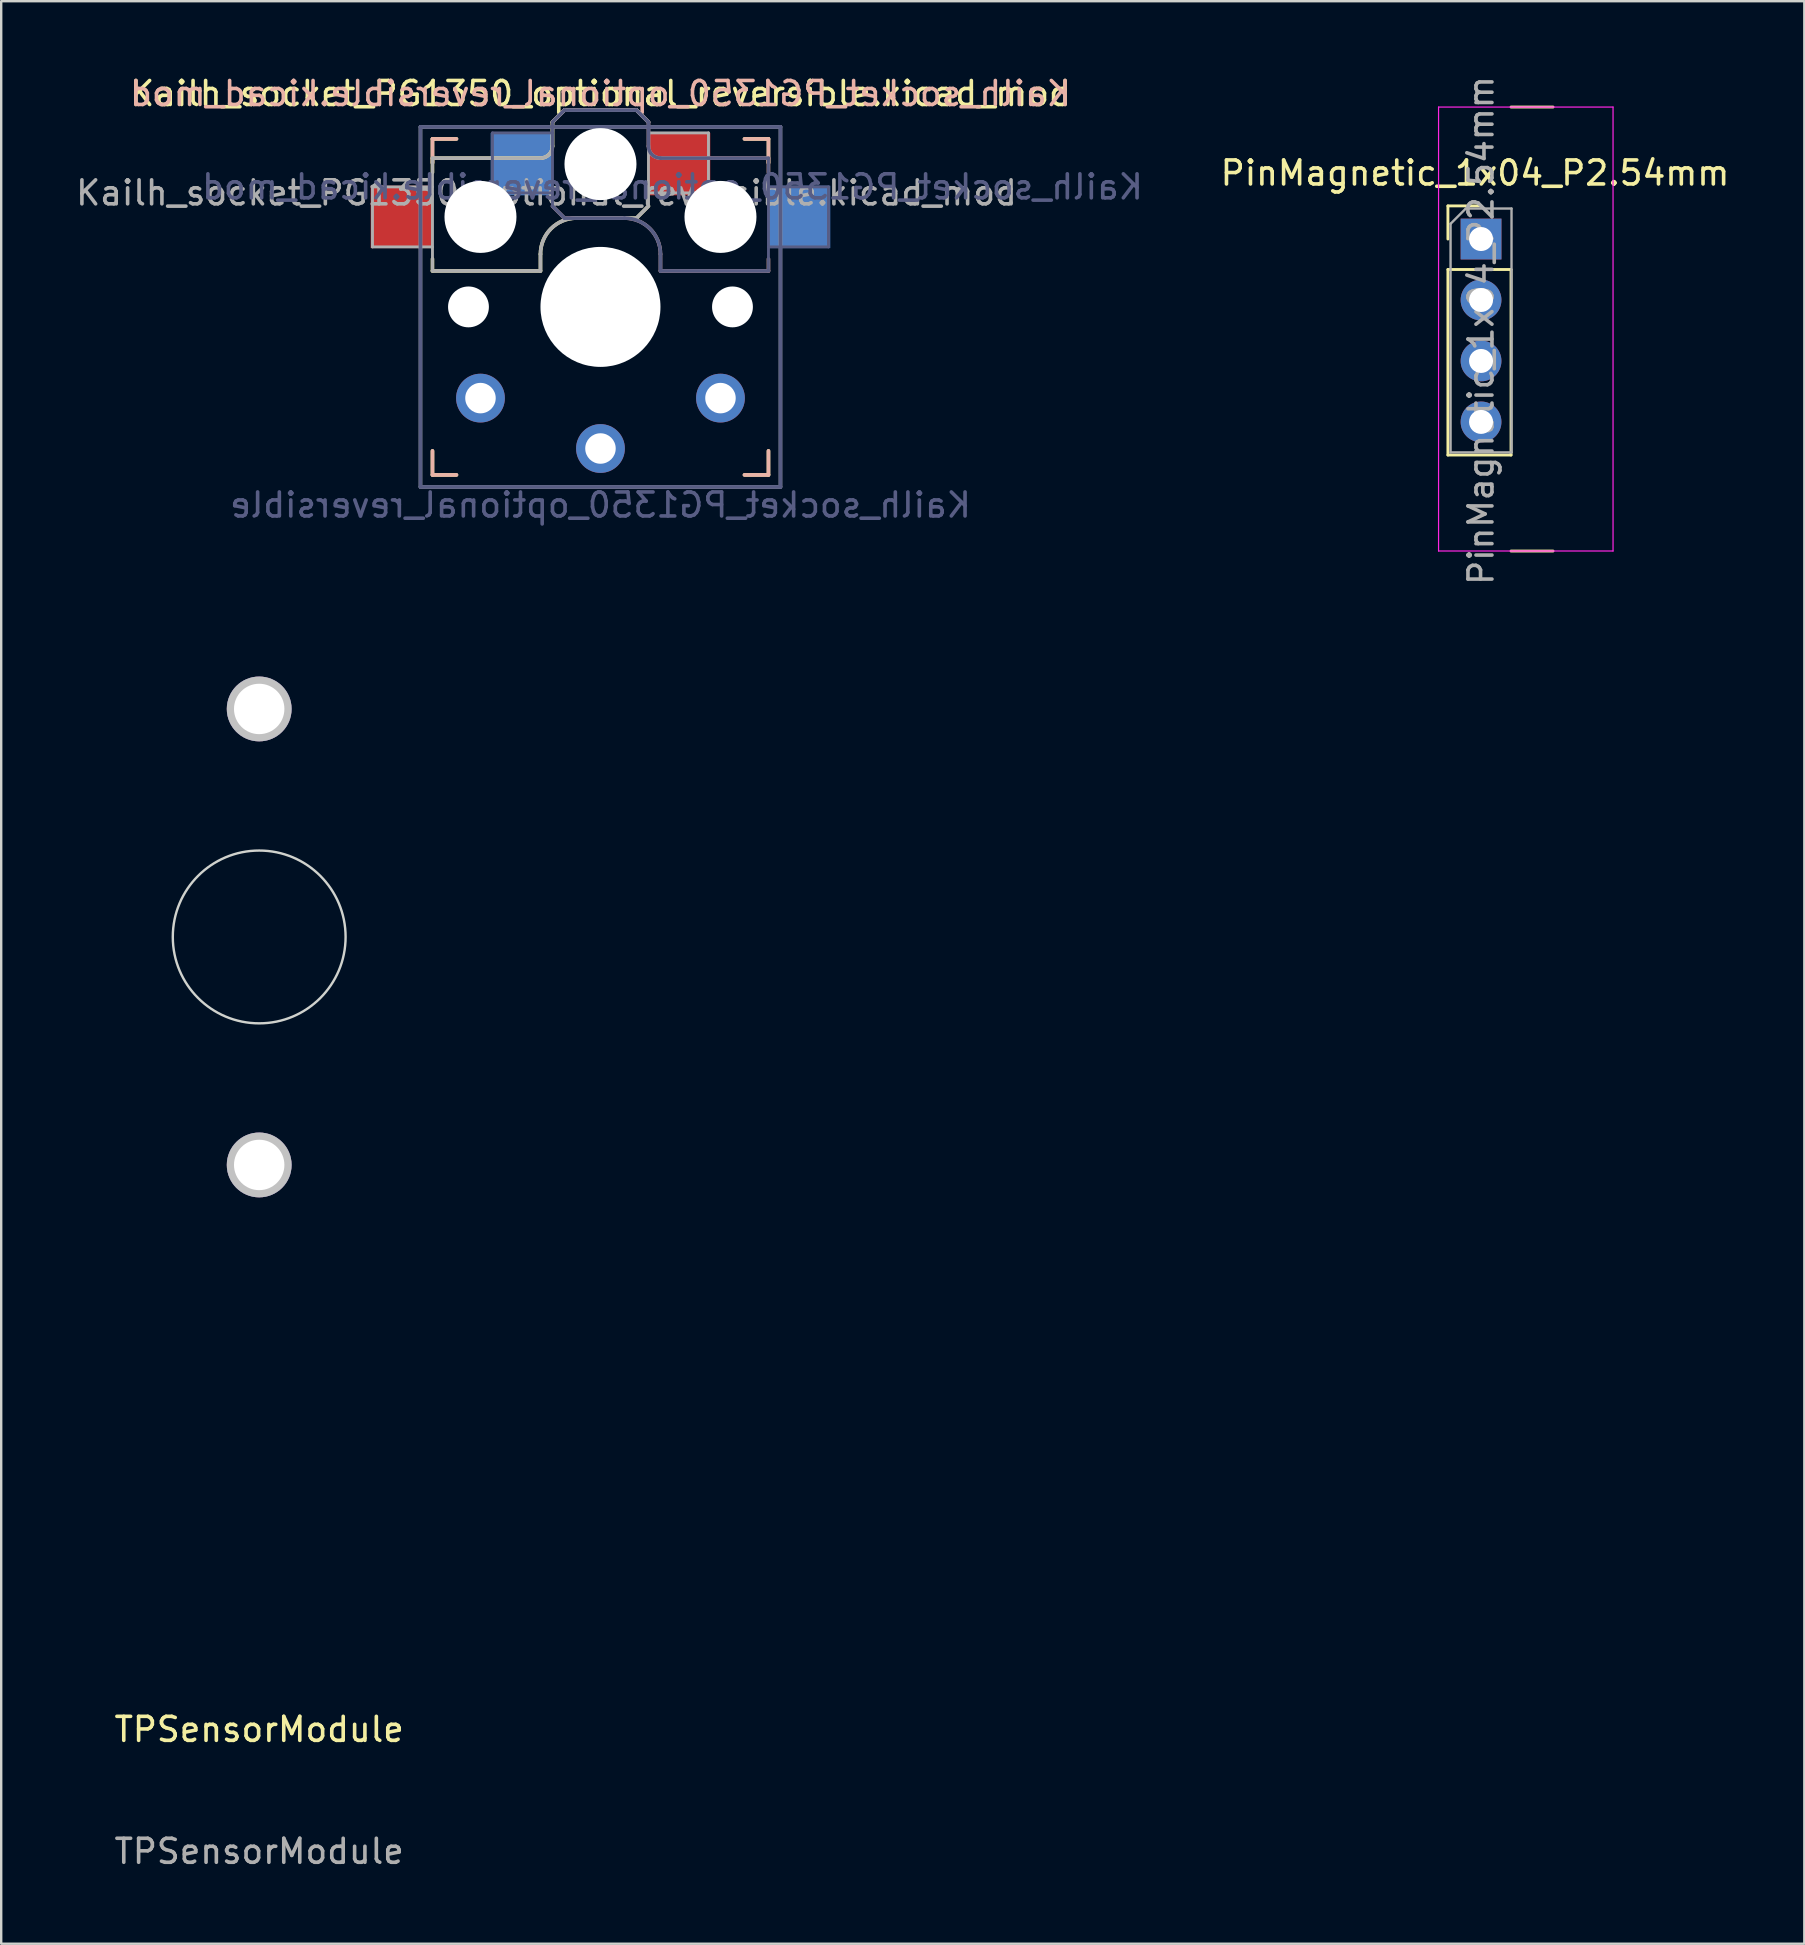
<source format=kicad_pcb>
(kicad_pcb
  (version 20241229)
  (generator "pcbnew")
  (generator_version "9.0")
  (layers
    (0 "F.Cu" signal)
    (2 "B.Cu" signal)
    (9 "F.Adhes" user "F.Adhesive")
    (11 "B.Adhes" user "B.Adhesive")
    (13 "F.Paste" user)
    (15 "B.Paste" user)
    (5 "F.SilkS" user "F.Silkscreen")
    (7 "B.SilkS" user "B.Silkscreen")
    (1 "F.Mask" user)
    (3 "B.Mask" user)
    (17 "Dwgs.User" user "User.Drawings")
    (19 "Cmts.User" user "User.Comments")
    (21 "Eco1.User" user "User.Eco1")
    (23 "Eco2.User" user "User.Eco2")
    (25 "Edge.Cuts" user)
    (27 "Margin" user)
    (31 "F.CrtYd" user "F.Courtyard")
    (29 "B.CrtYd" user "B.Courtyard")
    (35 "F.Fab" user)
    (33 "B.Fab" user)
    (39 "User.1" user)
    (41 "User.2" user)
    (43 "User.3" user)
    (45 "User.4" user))
  (footprint "PinMagnetic_1x04_P2.54mm"
    (layer "F.Cu")
    (at 58.661 6.91)
    (property "Reference" "PinMagnetic_1x04_P2.54mm" (at -0.25 -2.75 0) (layer "F.SilkS") (effects (font (size 1 1) (thickness 0.15))))
    (attr through_hole)
    (fp_line (start -1.38 -1.38) (end 0 -1.38) (stroke (width 0.12) (type solid)) (layer "F.SilkS"))
    (fp_line (start -1.38 0) (end -1.38 -1.38) (stroke (width 0.12) (type solid)) (layer "F.SilkS"))
    (fp_line (start -1.38 1.27) (end -1.38 9) (stroke (width 0.12) (type solid)) (layer "F.SilkS"))
    (fp_line (start -1.38 1.27) (end 1.25 1.27) (stroke (width 0.12) (type solid)) (layer "F.SilkS"))
    (fp_line (start -1.38 9) (end 1.25 9) (stroke (width 0.12) (type solid)) (layer "F.SilkS"))
    (fp_line (start 1.25 -5.5) (end 3 -5.5) (stroke (width 0.12) (type solid)) (layer "F.SilkS"))
    (fp_line (start 1.25 1.27) (end 1.25 9) (stroke (width 0.12) (type solid)) (layer "F.SilkS"))
    (fp_line (start 1.25 13) (end 3 13) (stroke (width 0.12) (type solid)) (layer "F.SilkS"))
    (fp_line (start -1.77 -5.5) (end -1.77 13) (stroke (width 0.05) (type solid)) (layer "F.CrtYd"))
    (fp_line (start -1.77 13) (end 5.5 13) (stroke (width 0.05) (type solid)) (layer "F.CrtYd"))
    (fp_line (start 5.5 -5.5) (end -1.77 -5.5) (stroke (width 0.05) (type solid)) (layer "F.CrtYd"))
    (fp_line (start 5.5 13) (end 5.5 -5.5) (stroke (width 0.05) (type solid)) (layer "F.CrtYd"))
    (fp_line (start -1.27 -0.635) (end -0.635 -1.27) (stroke (width 0.1) (type solid)) (layer "F.Fab"))
    (fp_line (start -1.27 8.89) (end -1.27 -0.635) (stroke (width 0.1) (type solid)) (layer "F.Fab"))
    (fp_line (start -0.635 -1.27) (end 1.27 -1.27) (stroke (width 0.1) (type solid)) (layer "F.Fab"))
    (fp_line (start 1.27 -1.27) (end 1.27 8.89) (stroke (width 0.1) (type solid)) (layer "F.Fab"))
    (fp_line (start 1.27 8.89) (end -1.27 8.89) (stroke (width 0.1) (type solid)) (layer "F.Fab"))
    (fp_text user "${REFERENCE}" (at 0 3.81 90) (layer "F.Fab") (effects (font (size 1 1) (thickness 0.15))))
    (pad "1" thru_hole rect (at 0 0) (size 1.7 1.7) (drill 1) (layers "*.Cu" "*.Mask"))
    (pad "2" thru_hole circle (at 0 2.54) (size 1.7 1.7) (drill 1) (layers "*.Cu" "*.Mask"))
    (pad "3" thru_hole circle (at 0 5.08) (size 1.7 1.7) (drill 1) (layers "*.Cu" "*.Mask"))
    (pad "4" thru_hole circle (at 0 7.62) (size 1.7 1.7) (drill 1) (layers "*.Cu" "*.Mask")))
  (footprint "Kailh_socket_PG1350_optional_reversible.kicad_mod"
    (layer "F.Cu")
    (at 21.97 9.738)
    (property "Reference" "Kailh_socket_PG1350_optional_reversible.kicad_mod" (at 0 -8.89 0) (layer "F.SilkS") (effects (font (size 1 1) (thickness 0.15))))
    (property "Value" "Kailh_socket_PG1350_optional_reversible" (at 0 8.255 0) (layer "F.Fab") (hide yes) (effects (font (size 1 1) (thickness 0.15))))
    (attr through_hole)
    (fp_line (start -7 -7) (end -6 -7) (stroke (width 0.15) (type solid)) (layer "F.SilkS"))
    (fp_line (start -7 -6.2) (end -2.5 -6.2) (stroke (width 0.15) (type solid)) (layer "F.SilkS"))
    (fp_line (start -7 -6) (end -7 -7) (stroke (width 0.15) (type solid)) (layer "F.SilkS"))
    (fp_line (start -7 -5.6) (end -7 -6.2) (stroke (width 0.15) (type solid)) (layer "F.SilkS"))
    (fp_line (start -7 -1.5) (end -7 -2) (stroke (width 0.15) (type solid)) (layer "F.SilkS"))
    (fp_line (start -7 7) (end -7 6) (stroke (width 0.15) (type solid)) (layer "F.SilkS"))
    (fp_line (start -6 7) (end -7 7) (stroke (width 0.15) (type solid)) (layer "F.SilkS"))
    (fp_line (start -2.5 -2.2) (end -2.5 -1.5) (stroke (width 0.15) (type solid)) (layer "F.SilkS"))
    (fp_line (start -2.5 -1.5) (end -7 -1.5) (stroke (width 0.15) (type solid)) (layer "F.SilkS"))
    (fp_line (start -2 -6.7) (end -2 -7.7) (stroke (width 0.15) (type solid)) (layer "F.SilkS"))
    (fp_line (start -1.5 -8.2) (end -2 -7.7) (stroke (width 0.15) (type solid)) (layer "F.SilkS"))
    (fp_line (start 1.5 -8.2) (end -1.5 -8.2) (stroke (width 0.15) (type solid)) (layer "F.SilkS"))
    (fp_line (start 1.5 -3.7) (end -1 -3.7) (stroke (width 0.15) (type solid)) (layer "F.SilkS"))
    (fp_line (start 2 -7.7) (end 1.5 -8.2) (stroke (width 0.15) (type solid)) (layer "F.SilkS"))
    (fp_line (start 2 -4.2) (end 1.5 -3.7) (stroke (width 0.15) (type solid)) (layer "F.SilkS"))
    (fp_line (start 6 -7) (end 7 -7) (stroke (width 0.15) (type solid)) (layer "F.SilkS"))
    (fp_line (start 7 -7) (end 7 -6) (stroke (width 0.15) (type solid)) (layer "F.SilkS"))
    (fp_line (start 7 6) (end 7 7) (stroke (width 0.15) (type solid)) (layer "F.SilkS"))
    (fp_line (start 7 7) (end 6 7) (stroke (width 0.15) (type solid)) (layer "F.SilkS"))
    (fp_arc (start -2.5 -2.2) (mid -2.06066 -3.26066) (end -1 -3.7) (stroke (width 0.15) (type solid)) (layer "F.SilkS"))
    (fp_arc (start -2 -6.7) (mid -2.146447 -6.346447) (end -2.5 -6.2) (stroke (width 0.15) (type solid)) (layer "F.SilkS"))
    (fp_line (start -7 -7) (end -6 -7) (stroke (width 0.15) (type solid)) (layer "B.SilkS"))
    (fp_line (start -7 -6) (end -7 -7) (stroke (width 0.15) (type solid)) (layer "B.SilkS"))
    (fp_line (start -7 7) (end -7 6) (stroke (width 0.15) (type solid)) (layer "B.SilkS"))
    (fp_line (start -6 7) (end -7 7) (stroke (width 0.15) (type solid)) (layer "B.SilkS"))
    (fp_line (start -2 -7.7) (end -1.5 -8.2) (stroke (width 0.15) (type solid)) (layer "B.SilkS"))
    (fp_line (start -2 -4.2) (end -1.5 -3.7) (stroke (width 0.15) (type solid)) (layer "B.SilkS"))
    (fp_line (start -1.5 -8.2) (end 1.5 -8.2) (stroke (width 0.15) (type solid)) (layer "B.SilkS"))
    (fp_line (start -1.5 -3.7) (end 1 -3.7) (stroke (width 0.15) (type solid)) (layer "B.SilkS"))
    (fp_line (start 1.5 -8.2) (end 2 -7.7) (stroke (width 0.15) (type solid)) (layer "B.SilkS"))
    (fp_line (start 2 -6.7) (end 2 -7.7) (stroke (width 0.15) (type solid)) (layer "B.SilkS"))
    (fp_line (start 2.5 -2.2) (end 2.5 -1.5) (stroke (width 0.15) (type solid)) (layer "B.SilkS"))
    (fp_line (start 2.5 -1.5) (end 7 -1.5) (stroke (width 0.15) (type solid)) (layer "B.SilkS"))
    (fp_line (start 6 -7) (end 7 -7) (stroke (width 0.15) (type solid)) (layer "B.SilkS"))
    (fp_line (start 7 -7) (end 7 -6) (stroke (width 0.15) (type solid)) (layer "B.SilkS"))
    (fp_line (start 7 -6.2) (end 2.5 -6.2) (stroke (width 0.15) (type solid)) (layer "B.SilkS"))
    (fp_line (start 7 -5.6) (end 7 -6.2) (stroke (width 0.15) (type solid)) (layer "B.SilkS"))
    (fp_line (start 7 -1.5) (end 7 -2) (stroke (width 0.15) (type solid)) (layer "B.SilkS"))
    (fp_line (start 7 6) (end 7 7) (stroke (width 0.15) (type solid)) (layer "B.SilkS"))
    (fp_line (start 7 7) (end 6 7) (stroke (width 0.15) (type solid)) (layer "B.SilkS"))
    (fp_arc (start 1 -3.7) (mid 2.06066 -3.26066) (end 2.5 -2.2) (stroke (width 0.15) (type solid)) (layer "B.SilkS"))
    (fp_arc (start 2.5 -6.2) (mid 2.146447 -6.346447) (end 2 -6.7) (stroke (width 0.15) (type solid)) (layer "B.SilkS"))
    (fp_rect (start 9 -8.5) (end -9 8.5) (stroke (width 0.12) (type solid)) (fill no) (layer "Eco1.User"))
    (fp_line (start -6.9 6.9) (end -6.9 -6.9) (stroke (width 0.15) (type solid)) (layer "Eco2.User"))
    (fp_line (start -6.9 6.9) (end 6.9 6.9) (stroke (width 0.15) (type solid)) (layer "Eco2.User"))
    (fp_line (start -2.6 -3.1) (end -2.6 -6.3) (stroke (width 0.15) (type solid)) (layer "Eco2.User"))
    (fp_line (start -2.6 -3.1) (end 2.6 -3.1) (stroke (width 0.15) (type solid)) (layer "Eco2.User"))
    (fp_line (start 2.6 -6.3) (end -2.6 -6.3) (stroke (width 0.15) (type solid)) (layer "Eco2.User"))
    (fp_line (start 2.6 -3.1) (end 2.6 -6.3) (stroke (width 0.15) (type solid)) (layer "Eco2.User"))
    (fp_line (start 6.9 -6.9) (end -6.9 -6.9) (stroke (width 0.15) (type solid)) (layer "Eco2.User"))
    (fp_line (start 6.9 -6.9) (end 6.9 6.9) (stroke (width 0.15) (type solid)) (layer "Eco2.User"))
    (fp_line (start -7.5 -7.5) (end 7.5 -7.5) (stroke (width 0.15) (type solid)) (layer "B.Fab"))
    (fp_line (start -7.5 7.5) (end -7.5 -7.5) (stroke (width 0.15) (type solid)) (layer "B.Fab"))
    (fp_line (start -4.5 -7.25) (end -2 -7.25) (stroke (width 0.12) (type solid)) (layer "B.Fab"))
    (fp_line (start -4.5 -4.75) (end -4.5 -7.25) (stroke (width 0.12) (type solid)) (layer "B.Fab"))
    (fp_line (start -2 -7.7) (end -1.5 -8.2) (stroke (width 0.15) (type solid)) (layer "B.Fab"))
    (fp_line (start -2 -4.75) (end -4.5 -4.75) (stroke (width 0.12) (type solid)) (layer "B.Fab"))
    (fp_line (start -2 -4.25) (end -2 -7.7) (stroke (width 0.12) (type solid)) (layer "B.Fab"))
    (fp_line (start -2 -4.2) (end -1.5 -3.7) (stroke (width 0.15) (type solid)) (layer "B.Fab"))
    (fp_line (start -1.5 -8.2) (end 1.5 -8.2) (stroke (width 0.15) (type solid)) (layer "B.Fab"))
    (fp_line (start -1.5 -3.7) (end 1 -3.7) (stroke (width 0.15) (type solid)) (layer "B.Fab"))
    (fp_line (start 1.5 -8.2) (end 2 -7.7) (stroke (width 0.15) (type solid)) (layer "B.Fab"))
    (fp_line (start 2 -6.7) (end 2 -7.7) (stroke (width 0.15) (type solid)) (layer "B.Fab"))
    (fp_line (start 2.5 -2.2) (end 2.5 -1.5) (stroke (width 0.15) (type solid)) (layer "B.Fab"))
    (fp_line (start 2.5 -1.5) (end 7 -1.5) (stroke (width 0.15) (type solid)) (layer "B.Fab"))
    (fp_line (start 7 -6.2) (end 2.5 -6.2) (stroke (width 0.15) (type solid)) (layer "B.Fab"))
    (fp_line (start 7 -5) (end 9.5 -5) (stroke (width 0.12) (type solid)) (layer "B.Fab"))
    (fp_line (start 7 -1.5) (end 7 -6.2) (stroke (width 0.12) (type solid)) (layer "B.Fab"))
    (fp_line (start 7.5 -7.5) (end 7.5 7.5) (stroke (width 0.15) (type solid)) (layer "B.Fab"))
    (fp_line (start 7.5 7.5) (end -7.5 7.5) (stroke (width 0.15) (type solid)) (layer "B.Fab"))
    (fp_line (start 9.5 -5) (end 9.5 -2.5) (stroke (width 0.12) (type solid)) (layer "B.Fab"))
    (fp_line (start 9.5 -2.5) (end 7 -2.5) (stroke (width 0.12) (type solid)) (layer "B.Fab"))
    (fp_arc (start 1 -3.7) (mid 2.06066 -3.26066) (end 2.5 -2.2) (stroke (width 0.15) (type solid)) (layer "B.Fab"))
    (fp_arc (start 2.5 -6.2) (mid 2.146447 -6.346447) (end 2 -6.7) (stroke (width 0.15) (type solid)) (layer "B.Fab"))
    (fp_line (start -9.5 -5) (end -9.5 -2.5) (stroke (width 0.12) (type solid)) (layer "F.Fab"))
    (fp_line (start -9.5 -2.5) (end -7 -2.5) (stroke (width 0.12) (type solid)) (layer "F.Fab"))
    (fp_line (start -7.5 -7.5) (end 7.5 -7.5) (stroke (width 0.15) (type solid)) (layer "F.Fab"))
    (fp_line (start -7.5 7.5) (end -7.5 -7.5) (stroke (width 0.15) (type solid)) (layer "F.Fab"))
    (fp_line (start -7 -6.2) (end -2.5 -6.2) (stroke (width 0.15) (type solid)) (layer "F.Fab"))
    (fp_line (start -7 -5) (end -9.5 -5) (stroke (width 0.12) (type solid)) (layer "F.Fab"))
    (fp_line (start -7 -1.5) (end -7 -6.2) (stroke (width 0.12) (type solid)) (layer "F.Fab"))
    (fp_line (start -2.5 -2.2) (end -2.5 -1.5) (stroke (width 0.15) (type solid)) (layer "F.Fab"))
    (fp_line (start -2.5 -1.5) (end -7 -1.5) (stroke (width 0.15) (type solid)) (layer "F.Fab"))
    (fp_line (start -2 -6.7) (end -2 -7.7) (stroke (width 0.15) (type solid)) (layer "F.Fab"))
    (fp_line (start -1.5 -8.2) (end -2 -7.7) (stroke (width 0.15) (type solid)) (layer "F.Fab"))
    (fp_line (start 1.5 -8.2) (end -1.5 -8.2) (stroke (width 0.15) (type solid)) (layer "F.Fab"))
    (fp_line (start 1.5 -3.7) (end -1 -3.7) (stroke (width 0.15) (type solid)) (layer "F.Fab"))
    (fp_line (start 2 -7.7) (end 1.5 -8.2) (stroke (width 0.15) (type solid)) (layer "F.Fab"))
    (fp_line (start 2 -4.75) (end 4.5 -4.75) (stroke (width 0.12) (type solid)) (layer "F.Fab"))
    (fp_line (start 2 -4.25) (end 2 -7.7) (stroke (width 0.12) (type solid)) (layer "F.Fab"))
    (fp_line (start 2 -4.2) (end 1.5 -3.7) (stroke (width 0.15) (type solid)) (layer "F.Fab"))
    (fp_line (start 4.5 -7.25) (end 2 -7.25) (stroke (width 0.12) (type solid)) (layer "F.Fab"))
    (fp_line (start 4.5 -4.75) (end 4.5 -7.25) (stroke (width 0.12) (type solid)) (layer "F.Fab"))
    (fp_line (start 7.5 -7.5) (end 7.5 7.5) (stroke (width 0.15) (type solid)) (layer "F.Fab"))
    (fp_line (start 7.5 7.5) (end -7.5 7.5) (stroke (width 0.15) (type solid)) (layer "F.Fab"))
    (fp_arc (start -2.5 -2.2) (mid -2.06066 -3.26066) (end -1 -3.7) (stroke (width 0.15) (type solid)) (layer "F.Fab"))
    (fp_arc (start -2 -6.7) (mid -2.146447 -6.346447) (end -2.5 -6.2) (stroke (width 0.15) (type solid)) (layer "F.Fab"))
    (fp_text user "${REFERENCE}" (at 0 -8.89 0) (layer "B.SilkS") (effects (font (size 1 1) (thickness 0.15)) (justify mirror)))
    (fp_text user "${REFERENCE}" (at 3 -5 180) (layer "B.Fab") (effects (font (size 1 1) (thickness 0.15)) (justify mirror)))
    (fp_text user "${VALUE}" (at 0 8.255 0) (layer "B.Fab") (effects (font (size 1 1) (thickness 0.15)) (justify mirror)))
    (fp_text user "${REFERENCE}" (at -2.25 -4.75 0) (layer "F.Fab") (effects (font (size 1 1) (thickness 0.15))))
    (pad "" np_thru_hole circle (at -5.5 0) (size 1.702 1.702) (drill 1.702) (layers "*.Cu" "*.Mask"))
    (pad "" np_thru_hole circle (at -5 -3.75) (size 3 3) (drill 3) (layers "*.Cu" "*.Mask"))
    (pad "" np_thru_hole circle (at 0 -5.95) (size 3 3) (drill 3) (layers "*.Cu" "*.Mask"))
    (pad "" np_thru_hole circle (at 0 0) (size 5 5) (drill 5) (layers "*.Cu" "*.Mask"))
    (pad "" np_thru_hole circle (at 5 -3.75) (size 3 3) (drill 3) (layers "*.Cu" "*.Mask"))
    (pad "" np_thru_hole circle (at 5.5 0) (size 1.702 1.702) (drill 1.702) (layers "*.Cu" "*.Mask"))
    (pad "1" smd rect (at -3.275 -5.95) (size 2.6 2.6) (layers "B.Cu" "B.Mask" "B.Paste"))
    (pad "1" thru_hole circle (at 0 5.9) (size 2.032 2.032) (drill 1.27) (layers "*.Cu" "*.Mask"))
    (pad "1" smd rect (at 3.275 -5.95) (size 2.6 2.6) (layers "F.Cu" "F.Mask" "F.Paste"))
    (pad "2" smd rect (at -8.275 -3.75) (size 2.6 2.6) (layers "F.Cu" "F.Mask" "F.Paste"))
    (pad "2" thru_hole circle (at -5 3.8) (size 2.032 2.032) (drill 1.27) (layers "*.Cu" "*.Mask"))
    (pad "2" thru_hole circle (at 5 3.8) (size 2.032 2.032) (drill 1.27) (layers "*.Cu" "*.Mask"))
    (pad "2" smd rect (at 8.275 -3.75) (size 2.6 2.6) (layers "B.Cu" "B.Mask" "B.Paste")))
  (footprint "TPSensorModule"
    (layer "F.Cu")
    (at 7.75 35.99)
    (property "Reference" "TPSensorModule" (at 0 33.02 0) (unlocked yes) (layer "F.SilkS") (effects (font (size 1 1) (thickness 0.15))))
    (attr through_hole)
    (fp_circle (center 0 0) (end 3.6 0) (stroke (width 0.1) (type solid)) (fill no) (layer "Edge.Cuts"))
    (fp_poly (pts (xy 4.6 -6.6) (xy 11.6 -6.6) (xy 11.6 6.6) (xy 4.6 6.6) (xy 4.6 11.5) (xy -7.7 11.5) (xy -7.7 -11.5) (xy 4.6 -11.5)) (stroke (width 0.1) (type solid)) (fill no) (layer "Margin"))
    (fp_text user "${REFERENCE}" (at 0 38.1 0) (unlocked yes) (layer "F.Fab") (effects (font (size 1 1) (thickness 0.15))))
    (pad "" thru_hole circle (at 0 -9.5 90) (size 2.7 2.7) (drill 2.1) (layers "*.Cu" "*.Mask" "Dwgs.User"))
    (pad "" thru_hole circle (at 0 9.5 90) (size 2.7 2.7) (drill 2.1) (layers "*.Cu" "*.Mask" "Dwgs.User")))
  (gr_rect
    (start -3 -3)
    (end 72.131 77.939)
    (stroke (width 0.1) (type default))
    (fill no)
    (layer "Edge.Cuts")))
</source>
